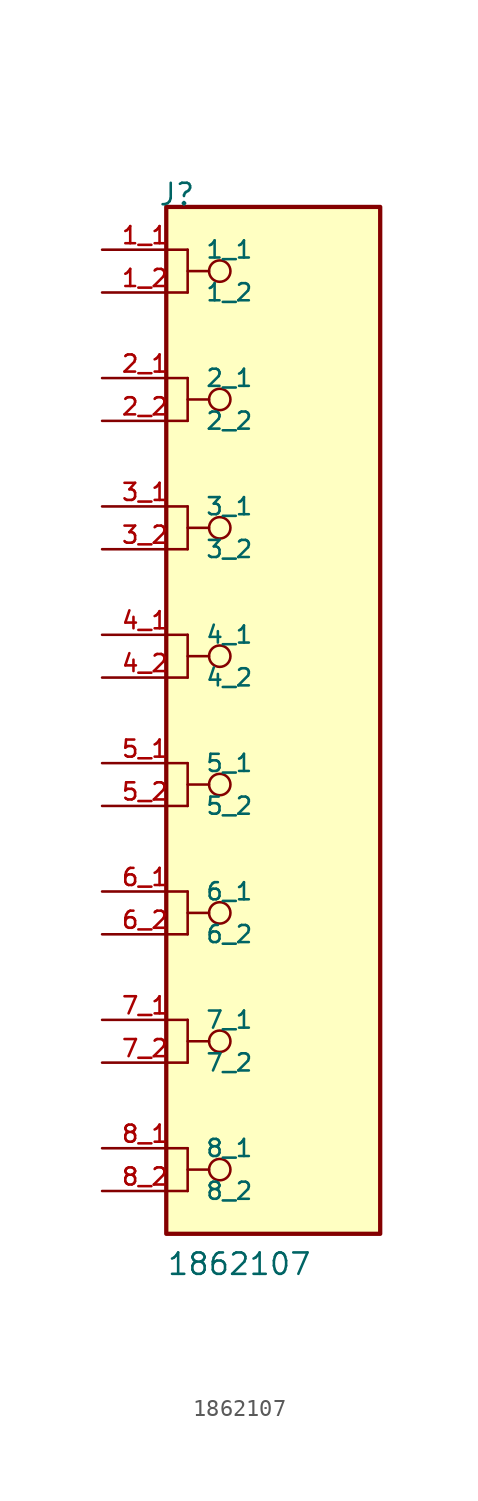
<source format=kicad_sym>
(kicad_symbol_lib
  (version 20211014)
  (generator kicad_symbol_editor)
  (symbol "1862107"
    (pin_names
      (offset 1.016))
    (property "Reference" "J"
      (at -6.85 30.48 0)
      (effects (font (size 1.27 1.27)) (justify bottom left)))
    (property "Value" "1862107"
      (at -6.35 -33.02 0)
      (effects (font (size 1.27 1.27)) (justify bottom left)))
    (symbol "1862107_0_0"
      (polyline (pts (xy -5.08 27.94) (xy -5.08 25.4)) (stroke (width 0.152)))
      (polyline (pts (xy -5.08 26.67) (xy -3.81 26.67)) (stroke (width 0.152)))
      (circle (center -3.175 26.67) (radius 0.635) (stroke (width 0.152)) (fill (type none)))
      (polyline (pts (xy -5.08 20.32) (xy -5.08 17.78)) (stroke (width 0.152)))
      (polyline (pts (xy -5.08 19.05) (xy -3.81 19.05)) (stroke (width 0.152)))
      (circle (center -3.175 19.05) (radius 0.635) (stroke (width 0.152)) (fill (type none)))
      (polyline (pts (xy -5.08 12.7) (xy -5.08 10.16)) (stroke (width 0.152)))
      (polyline (pts (xy -5.08 11.43) (xy -3.81 11.43)) (stroke (width 0.152)))
      (circle (center -3.175 11.43) (radius 0.635) (stroke (width 0.152)) (fill (type none)))
      (polyline (pts (xy -5.08 5.08) (xy -5.08 2.54)) (stroke (width 0.152)))
      (polyline (pts (xy -5.08 3.81) (xy -3.81 3.81)) (stroke (width 0.152)))
      (circle (center -3.175 3.81) (radius 0.635) (stroke (width 0.152)) (fill (type none)))
      (polyline (pts (xy -5.08 -2.54) (xy -5.08 -5.08)) (stroke (width 0.152)))
      (polyline (pts (xy -5.08 -3.81) (xy -3.81 -3.81)) (stroke (width 0.152)))
      (circle (center -3.175 -3.81) (radius 0.635) (stroke (width 0.152)) (fill (type none)))
      (polyline (pts (xy -5.08 -10.16) (xy -5.08 -12.7)) (stroke (width 0.152)))
      (polyline (pts (xy -5.08 -11.43) (xy -3.81 -11.43)) (stroke (width 0.152)))
      (circle (center -3.175 -11.43) (radius 0.635) (stroke (width 0.152)) (fill (type none)))
      (polyline (pts (xy -5.08 -17.78) (xy -5.08 -20.32)) (stroke (width 0.152)))
      (polyline (pts (xy -5.08 -19.05) (xy -3.81 -19.05)) (stroke (width 0.152)))
      (circle (center -3.175 -19.05) (radius 0.635) (stroke (width 0.152)) (fill (type none)))
      (polyline (pts (xy -5.08 -25.4) (xy -5.08 -27.94)) (stroke (width 0.152)))
      (polyline (pts (xy -5.08 -26.67) (xy -3.81 -26.67)) (stroke (width 0.152)))
      (circle (center -3.175 -26.67) (radius 0.635) (stroke (width 0.152)) (fill (type none)))
      (rectangle (start -6.35 -30.48) (end 6.35 30.48) (stroke (width 0.254)) (fill (type background)))
      (pin passive line (at -10.16 27.94 0) (length 5.08) (name "1_1" (effects (font (size 1.016 1.016)))) (number "1_1" (effects (font (size 1.016 1.016)))))
      (pin passive line (at -10.16 25.4 0) (length 5.08) (name "1_2" (effects (font (size 1.016 1.016)))) (number "1_2" (effects (font (size 1.016 1.016)))))
      (pin passive line (at -10.16 20.32 0) (length 5.08) (name "2_1" (effects (font (size 1.016 1.016)))) (number "2_1" (effects (font (size 1.016 1.016)))))
      (pin passive line (at -10.16 17.78 0) (length 5.08) (name "2_2" (effects (font (size 1.016 1.016)))) (number "2_2" (effects (font (size 1.016 1.016)))))
      (pin passive line (at -10.16 12.7 0) (length 5.08) (name "3_1" (effects (font (size 1.016 1.016)))) (number "3_1" (effects (font (size 1.016 1.016)))))
      (pin passive line (at -10.16 10.16 0) (length 5.08) (name "3_2" (effects (font (size 1.016 1.016)))) (number "3_2" (effects (font (size 1.016 1.016)))))
      (pin passive line (at -10.16 5.08 0) (length 5.08) (name "4_1" (effects (font (size 1.016 1.016)))) (number "4_1" (effects (font (size 1.016 1.016)))))
      (pin passive line (at -10.16 2.54 0) (length 5.08) (name "4_2" (effects (font (size 1.016 1.016)))) (number "4_2" (effects (font (size 1.016 1.016)))))
      (pin passive line (at -10.16 -2.54 0) (length 5.08) (name "5_1" (effects (font (size 1.016 1.016)))) (number "5_1" (effects (font (size 1.016 1.016)))))
      (pin passive line (at -10.16 -5.08 0) (length 5.08) (name "5_2" (effects (font (size 1.016 1.016)))) (number "5_2" (effects (font (size 1.016 1.016)))))
      (pin passive line (at -10.16 -10.16 0) (length 5.08) (name "6_1" (effects (font (size 1.016 1.016)))) (number "6_1" (effects (font (size 1.016 1.016)))))
      (pin passive line (at -10.16 -12.7 0) (length 5.08) (name "6_2" (effects (font (size 1.016 1.016)))) (number "6_2" (effects (font (size 1.016 1.016)))))
      (pin passive line (at -10.16 -17.78 0) (length 5.08) (name "7_1" (effects (font (size 1.016 1.016)))) (number "7_1" (effects (font (size 1.016 1.016)))))
      (pin passive line (at -10.16 -20.32 0) (length 5.08) (name "7_2" (effects (font (size 1.016 1.016)))) (number "7_2" (effects (font (size 1.016 1.016)))))
      (pin passive line (at -10.16 -25.4 0) (length 5.08) (name "8_1" (effects (font (size 1.016 1.016)))) (number "8_1" (effects (font (size 1.016 1.016)))))
      (pin passive line (at -10.16 -27.94 0) (length 5.08) (name "8_2" (effects (font (size 1.016 1.016)))) (number "8_2" (effects (font (size 1.016 1.016))))))))
</source>
